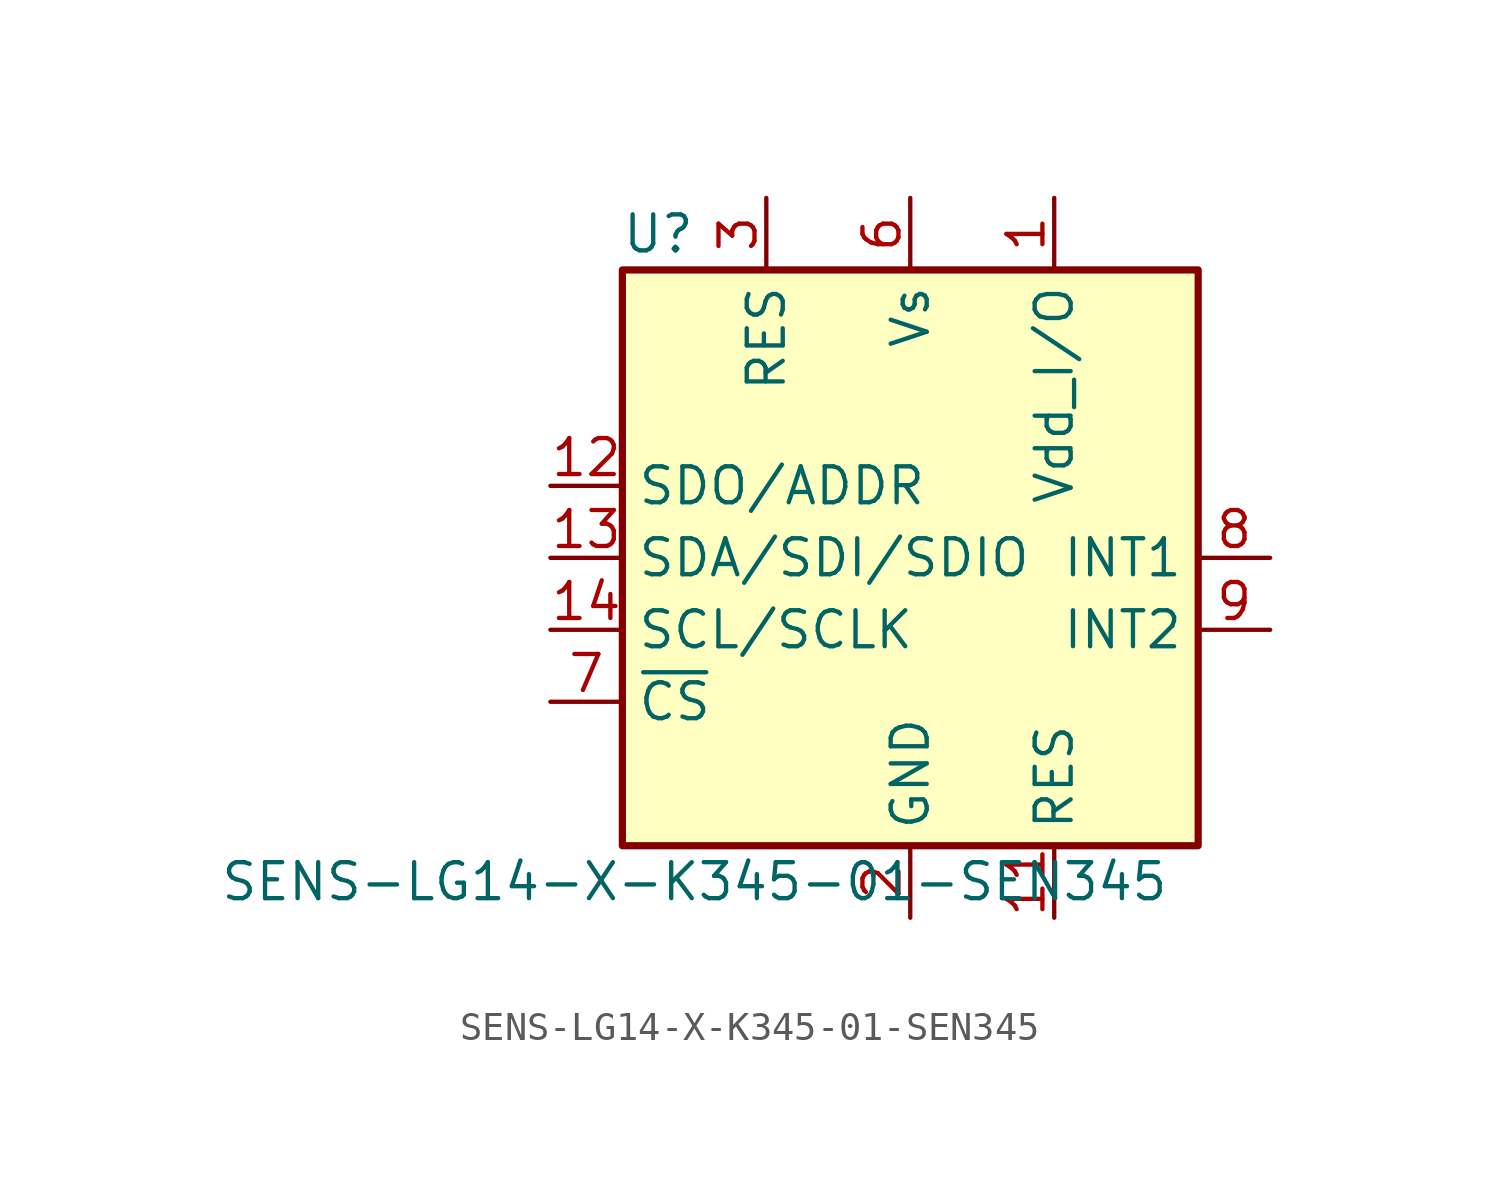
<source format=kicad_sym>
(kicad_symbol_lib
  (version 20211014)
  (generator kicad_symbol_editor)
  (symbol "SENS-LG14-X-K345-01-SEN345"
    (property "Reference" "U"
      (at -8.89 11.43 0)
      (effects (font (size 1.27 1.27))))
    (property "Value" "SENS-LG14-X-K345-01-SEN345"
      (at -7.62 -11.43 0)
      (effects (font (size 1.27 1.27))))
    (symbol "SENS-LG14-X-K345-01-SEN345_0_1"
      (rectangle (start -10.16 10.16) (end 10.16 -10.16) (stroke (width 0.254) (type default) (color 0 0 0 0)) (fill (type background))))
    (symbol "SENS-LG14-X-K345-01-SEN345_1_1"
      (pin power_in line (at 5.08 12.7 270) (length 2.54) (name "Vdd_I/O" (effects (font (size 1.27 1.27)))) (number "1" (effects (font (size 1.27 1.27)))))
      (pin no_connect line (at -5.08 -10.16 90) (length 2.54) hide (name "NC" (effects (font (size 1.27 1.27)))) (number "10" (effects (font (size 1.27 1.27)))))
      (pin passive line (at 5.08 -12.7 90) (length 2.54) (name "RES" (effects (font (size 1.27 1.27)))) (number "11" (effects (font (size 1.27 1.27)))))
      (pin bidirectional line (at -12.7 2.54 0) (length 2.54) (name "SDO/ADDR" (effects (font (size 1.27 1.27)))) (number "12" (effects (font (size 1.27 1.27)))))
      (pin bidirectional line (at -12.7 0 0) (length 2.54) (name "SDA/SDI/SDIO" (effects (font (size 1.27 1.27)))) (number "13" (effects (font (size 1.27 1.27)))))
      (pin input line (at -12.7 -2.54 0) (length 2.54) (name "SCL/SCLK" (effects (font (size 1.27 1.27)))) (number "14" (effects (font (size 1.27 1.27)))))
      (pin power_in line (at 0 -12.7 90) (length 2.54) (name "GND" (effects (font (size 1.27 1.27)))) (number "2" (effects (font (size 1.27 1.27)))))
      (pin passive line (at -5.08 12.7 270) (length 2.54) (name "RES" (effects (font (size 1.27 1.27)))) (number "3" (effects (font (size 1.27 1.27)))))
      (pin passive line (at 0 -12.7 90) (length 2.54) hide (name "GND" (effects (font (size 1.27 1.27)))) (number "4" (effects (font (size 1.27 1.27)))))
      (pin passive line (at 0 -12.7 90) (length 2.54) hide (name "GND" (effects (font (size 1.27 1.27)))) (number "5" (effects (font (size 1.27 1.27)))))
      (pin power_in line (at 0 12.7 270) (length 2.54) (name "Vs" (effects (font (size 1.27 1.27)))) (number "6" (effects (font (size 1.27 1.27)))))
      (pin input line (at -12.7 -5.08 0) (length 2.54) (name "~{CS}" (effects (font (size 1.27 1.27)))) (number "7" (effects (font (size 1.27 1.27)))))
      (pin output line (at 12.7 0 180) (length 2.54) (name "INT1" (effects (font (size 1.27 1.27)))) (number "8" (effects (font (size 1.27 1.27)))))
      (pin output line (at 12.7 -2.54 180) (length 2.54) (name "INT2" (effects (font (size 1.27 1.27)))) (number "9" (effects (font (size 1.27 1.27))))))))
</source>
